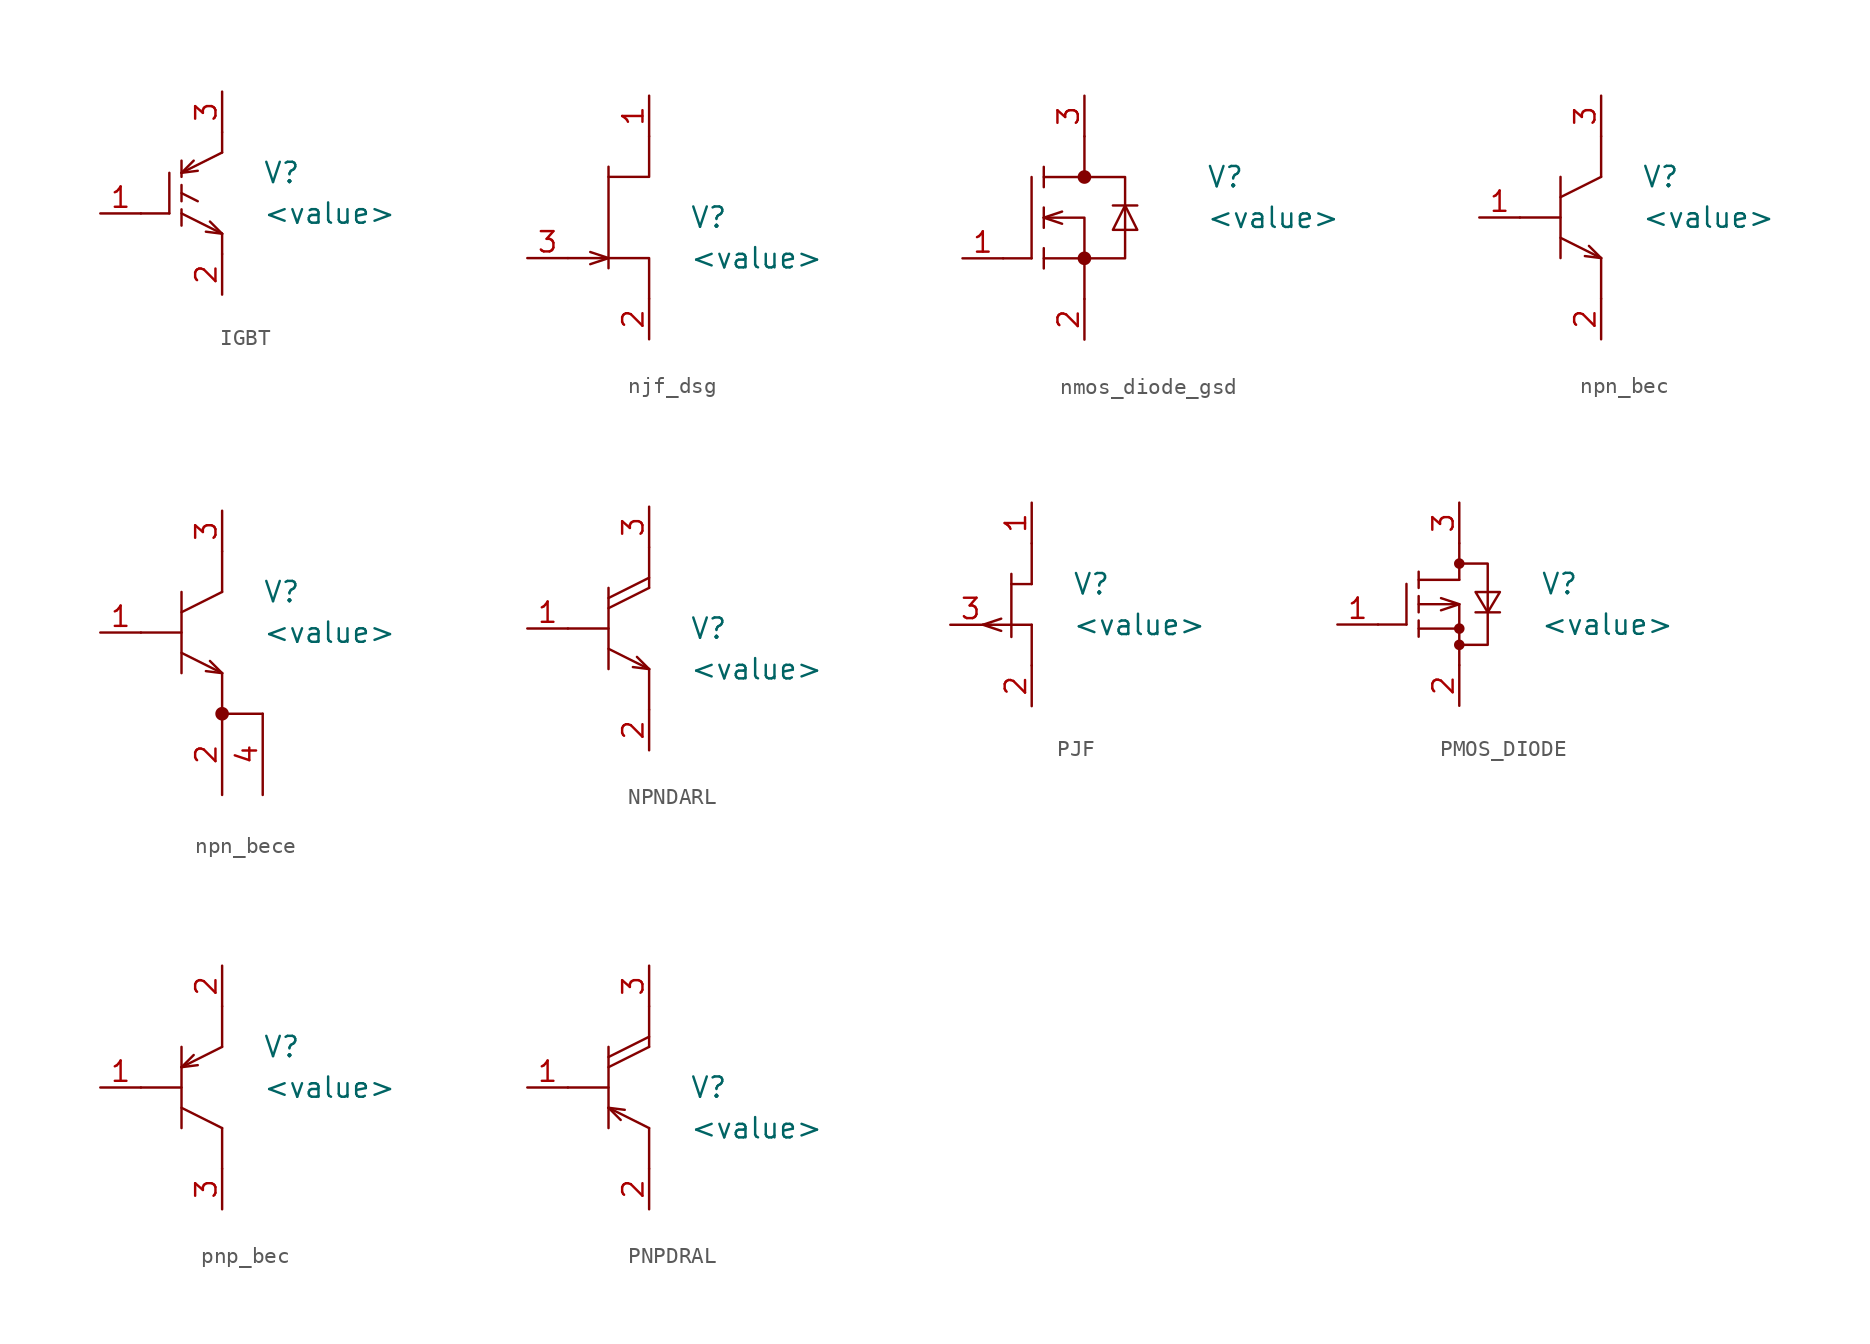
<source format=kicad_sym>
(kicad_symbol_lib
  (version 20220914)
  (generator kicad_symbol_editor)
  (symbol "IGBT"
    (pin_names hide)
    (property "Reference" "V"
      (at 10.16 2.54 0)
      (effects (font (size 1.27 1.27)) (justify left)))
    (property "Value" "<value>"
      (at 10.16 0 0)
      (effects (font (size 1.27 1.27)) (justify left)))
    (symbol "IGBT_0_1"
      (polyline (pts (xy 4.318 0) (xy 2.54 0)) (stroke (width 0) (type default)) (fill (type none)))
      (polyline (pts (xy 4.318 0) (xy 4.318 2.54)) (stroke (width 0) (type default)) (fill (type none)))
      (polyline (pts (xy 5.08 0) (xy 7.62 -1.27)) (stroke (width 0) (type default)) (fill (type none)))
      (polyline (pts (xy 5.08 0.254) (xy 5.08 -0.762)) (stroke (width 0) (type default)) (fill (type none)))
      (polyline (pts (xy 5.08 1.27) (xy 6.096 0.762)) (stroke (width 0) (type default)) (fill (type none)))
      (polyline (pts (xy 5.08 1.778) (xy 5.08 0.762)) (stroke (width 0) (type default)) (fill (type none)))
      (polyline (pts (xy 5.08 2.54) (xy 5.842 3.302)) (stroke (width 0) (type default)) (fill (type none)))
      (polyline (pts (xy 5.08 2.54) (xy 6.096 2.667)) (stroke (width 0) (type default)) (fill (type none)))
      (polyline (pts (xy 5.08 2.54) (xy 7.62 3.81)) (stroke (width 0) (type default)) (fill (type none)))
      (polyline (pts (xy 5.08 3.302) (xy 5.08 2.286)) (stroke (width 0) (type default)) (fill (type none)))
      (polyline (pts (xy 7.62 -2.54) (xy 7.62 -1.27)) (stroke (width 0) (type default)) (fill (type none)))
      (polyline (pts (xy 7.62 -1.27) (xy 6.604 -1.143)) (stroke (width 0) (type default)) (fill (type none)))
      (polyline (pts (xy 7.62 -1.27) (xy 6.858 -0.508)) (stroke (width 0) (type default)) (fill (type none)))
      (polyline (pts (xy 7.62 5.08) (xy 7.62 3.81)) (stroke (width 0) (type default)) (fill (type none)))
      (pin input line (at 0 0 0) (length 2.54) (name "1" (effects (font (size 1.27 1.27)))) (number "1" (effects (font (size 1.27 1.27)))))
      (pin passive line (at 7.62 -5.08 90) (length 2.54) (name "2" (effects (font (size 1.27 1.27)))) (number "2" (effects (font (size 1.27 1.27)))))
      (pin passive line (at 7.62 7.62 270) (length 2.54) (name "3" (effects (font (size 1.27 1.27)))) (number "3" (effects (font (size 1.27 1.27)))))))
  (symbol "njf_dsg"
    (pin_names hide)
    (property "Reference" "V"
      (at 10.16 2.54 0)
      (effects (font (size 1.27 1.27)) (justify left)))
    (property "Value" "<value>"
      (at 10.16 0 0)
      (effects (font (size 1.27 1.27)) (justify left)))
    (symbol "njf_dsg_0_1"
      (polyline (pts (xy 2.54 0) (xy 5.08 0)) (stroke (width 0) (type default)) (fill (type none)))
      (polyline (pts (xy 5.08 -0.635) (xy 5.08 5.715)) (stroke (width 0) (type default)) (fill (type none)))
      (polyline (pts (xy 5.08 0) (xy 3.937 -0.381)) (stroke (width 0) (type default)) (fill (type none)))
      (polyline (pts (xy 5.08 0) (xy 3.937 0.381)) (stroke (width 0) (type default)) (fill (type none)))
      (polyline (pts (xy 7.62 -2.54) (xy 7.62 0) (xy 5.08 0)) (stroke (width 0) (type default)) (fill (type none)))
      (polyline (pts (xy 7.62 7.62) (xy 7.62 5.08) (xy 5.08 5.08)) (stroke (width 0) (type default)) (fill (type none)))
      (pin passive line (at 7.62 10.16 270) (length 2.54) (name "D" (effects (font (size 1.27 1.27)))) (number "1" (effects (font (size 1.27 1.27)))))
      (pin passive line (at 7.62 -5.08 90) (length 2.54) (name "S" (effects (font (size 1.27 1.27)))) (number "2" (effects (font (size 1.27 1.27)))))
      (pin input line (at 0 0 0) (length 2.54) (name "G" (effects (font (size 1.27 1.27)))) (number "3" (effects (font (size 1.27 1.27)))))))
  (symbol "nmos_diode_gsd"
    (pin_names hide)
    (property "Reference" "V"
      (at 15.24 5.08 0)
      (effects (font (size 1.27 1.27)) (justify left)))
    (property "Value" "<value>"
      (at 15.24 2.54 0)
      (effects (font (size 1.27 1.27)) (justify left)))
    (symbol "nmos_diode_gsd_0_1"
      (polyline (pts (xy 4.318 0) (xy 2.54 0)) (stroke (width 0) (type default)) (fill (type none)))
      (polyline (pts (xy 4.318 0) (xy 4.318 5.08)) (stroke (width 0) (type default)) (fill (type none)))
      (polyline (pts (xy 5.08 0) (xy 7.62 0)) (stroke (width 0) (type default)) (fill (type none)))
      (polyline (pts (xy 5.08 0.635) (xy 5.08 -0.635)) (stroke (width 0) (type default)) (fill (type none)))
      (polyline (pts (xy 5.08 2.54) (xy 6.223 2.159)) (stroke (width 0) (type default)) (fill (type none)))
      (polyline (pts (xy 5.08 2.54) (xy 6.223 2.921)) (stroke (width 0) (type default)) (fill (type none)))
      (polyline (pts (xy 5.08 3.175) (xy 5.08 1.905)) (stroke (width 0) (type default)) (fill (type none)))
      (polyline (pts (xy 5.08 5.715) (xy 5.08 4.445)) (stroke (width 0) (type default)) (fill (type none)))
      (polyline (pts (xy 9.398 3.302) (xy 10.922 3.302)) (stroke (width 0) (type default)) (fill (type none)))
      (polyline (pts (xy 5.08 5.08) (xy 7.62 5.08) (xy 7.62 7.62)) (stroke (width 0) (type default)) (fill (type none)))
      (polyline (pts (xy 7.62 -2.54) (xy 7.62 2.54) (xy 5.08 2.54)) (stroke (width 0) (type default)) (fill (type none)))
      (polyline (pts (xy 7.62 0) (xy 10.16 0) (xy 10.16 5.08) (xy 7.62 5.08)) (stroke (width 0) (type default)) (fill (type none)))
      (polyline (pts (xy 10.16 3.302) (xy 9.398 1.778) (xy 10.922 1.778) (xy 10.16 3.302)) (stroke (width 0) (type default)) (fill (type none)))
      (circle (center 7.62 0) (radius 0.35) (stroke (width 0) (type default)) (fill (type outline)))
      (circle (center 7.62 5.08) (radius 0.35) (stroke (width 0) (type default)) (fill (type outline)))
      (pin passive line (at 7.62 -5.08 90) (length 2.54) (name "2" (effects (font (size 1.27 1.27)))) (number "2" (effects (font (size 1.27 1.27)))))
      (pin passive line (at 7.62 10.16 270) (length 2.54) (name "3" (effects (font (size 1.27 1.27)))) (number "3" (effects (font (size 1.27 1.27))))))
    (symbol "nmos_diode_gsd_1_1"
      (pin input line (at 0 0 0) (length 2.54) (name "1" (effects (font (size 1.27 1.27)))) (number "1" (effects (font (size 1.27 1.27)))))))
  (symbol "npn_bec"
    (pin_names hide)
    (property "Reference" "V"
      (at 10.16 2.54 0)
      (effects (font (size 1.27 1.27)) (justify left)))
    (property "Value" "<value>"
      (at 10.16 0 0)
      (effects (font (size 1.27 1.27)) (justify left)))
    (symbol "npn_bec_0_1"
      (polyline (pts (xy 2.54 0) (xy 5.08 0)) (stroke (width 0) (type default)) (fill (type none)))
      (polyline (pts (xy 5.08 -2.54) (xy 5.08 2.54)) (stroke (width 0) (type default)) (fill (type none)))
      (polyline (pts (xy 5.08 -1.27) (xy 7.62 -2.54)) (stroke (width 0) (type default)) (fill (type none)))
      (polyline (pts (xy 5.08 1.27) (xy 7.62 2.54)) (stroke (width 0) (type default)) (fill (type none)))
      (polyline (pts (xy 7.62 -5.08) (xy 7.62 -2.54)) (stroke (width 0) (type default)) (fill (type none)))
      (polyline (pts (xy 7.62 -2.54) (xy 6.604 -2.413)) (stroke (width 0) (type default)) (fill (type none)))
      (polyline (pts (xy 7.62 -2.54) (xy 6.858 -1.778)) (stroke (width 0) (type default)) (fill (type none)))
      (polyline (pts (xy 7.62 5.08) (xy 7.62 2.54)) (stroke (width 0) (type default)) (fill (type none)))
      (pin input line (at 0 0 0) (length 2.54) (name "1" (effects (font (size 1.27 1.27)))) (number "1" (effects (font (size 1.27 1.27)))))
      (pin passive line (at 7.62 -7.62 90) (length 2.54) (name "2" (effects (font (size 1.27 1.27)))) (number "2" (effects (font (size 1.27 1.27)))))
      (pin passive line (at 7.62 7.62 270) (length 2.54) (name "3" (effects (font (size 1.27 1.27)))) (number "3" (effects (font (size 1.27 1.27)))))))
  (symbol "npn_bece"
    (pin_names hide)
    (property "Reference" "V"
      (at 10.16 2.54 0)
      (effects (font (size 1.27 1.27)) (justify left)))
    (property "Value" "<value>"
      (at 10.16 0 0)
      (effects (font (size 1.27 1.27)) (justify left)))
    (symbol "npn_bece_0_1"
      (polyline (pts (xy 2.54 0) (xy 5.08 0)) (stroke (width 0) (type default)) (fill (type none)))
      (polyline (pts (xy 5.08 -2.54) (xy 5.08 2.54)) (stroke (width 0) (type default)) (fill (type none)))
      (polyline (pts (xy 5.08 -1.27) (xy 7.62 -2.54)) (stroke (width 0) (type default)) (fill (type none)))
      (polyline (pts (xy 5.08 1.27) (xy 7.62 2.54)) (stroke (width 0) (type default)) (fill (type none)))
      (polyline (pts (xy 7.62 -5.08) (xy 7.62 -2.54)) (stroke (width 0) (type default)) (fill (type none)))
      (polyline (pts (xy 7.62 -2.54) (xy 6.604 -2.413)) (stroke (width 0) (type default)) (fill (type none)))
      (polyline (pts (xy 7.62 -2.54) (xy 6.858 -1.778)) (stroke (width 0) (type default)) (fill (type none)))
      (polyline (pts (xy 7.62 5.08) (xy 7.62 2.54)) (stroke (width 0) (type default)) (fill (type none)))
      (polyline (pts (xy 10.16 -5.08) (xy 7.62 -5.08)) (stroke (width 0) (type default)) (fill (type none)))
      (circle (center 7.62 -5.08) (radius 0.35) (stroke (width 0) (type default)) (fill (type outline)))
      (pin input line (at 0 0 0) (length 2.54) (name "1" (effects (font (size 1.27 1.27)))) (number "1" (effects (font (size 1.27 1.27)))))
      (pin passive line (at 7.62 7.62 270) (length 2.54) (name "3" (effects (font (size 1.27 1.27)))) (number "3" (effects (font (size 1.27 1.27))))))
    (symbol "npn_bece_1_1"
      (pin passive line (at 7.62 -10.16 90) (length 5.08) (name "2" (effects (font (size 1.27 1.27)))) (number "2" (effects (font (size 1.27 1.27)))))
      (pin passive line (at 10.16 -10.16 90) (length 5.08) (name "4" (effects (font (size 1.27 1.27)))) (number "4" (effects (font (size 1.27 1.27)))))))
  (symbol "NPNDARL"
    (pin_names hide)
    (property "Reference" "V"
      (at 10.16 0 0)
      (effects (font (size 1.27 1.27)) (justify left)))
    (property "Value" "<value>"
      (at 10.16 -2.54 0)
      (effects (font (size 1.27 1.27)) (justify left)))
    (symbol "NPNDARL_0_1"
      (polyline (pts (xy 2.54 0) (xy 5.08 0)) (stroke (width 0) (type default)) (fill (type none)))
      (polyline (pts (xy 5.08 -2.54) (xy 5.08 2.54)) (stroke (width 0) (type default)) (fill (type none)))
      (polyline (pts (xy 5.08 -1.27) (xy 7.62 -2.54)) (stroke (width 0) (type default)) (fill (type none)))
      (polyline (pts (xy 5.08 1.27) (xy 7.62 2.54)) (stroke (width 0) (type default)) (fill (type none)))
      (polyline (pts (xy 5.08 1.905) (xy 7.62 3.175)) (stroke (width 0) (type default)) (fill (type none)))
      (polyline (pts (xy 7.62 -5.08) (xy 7.62 -2.54)) (stroke (width 0) (type default)) (fill (type none)))
      (polyline (pts (xy 7.62 -2.54) (xy 6.604 -2.413)) (stroke (width 0) (type default)) (fill (type none)))
      (polyline (pts (xy 7.62 -2.54) (xy 6.858 -1.778)) (stroke (width 0) (type default)) (fill (type none)))
      (polyline (pts (xy 7.62 5.08) (xy 7.62 2.54)) (stroke (width 0) (type default)) (fill (type none)))
      (pin input line (at 0 0 0) (length 2.54) (name "1" (effects (font (size 1.27 1.27)))) (number "1" (effects (font (size 1.27 1.27)))))
      (pin passive line (at 7.62 -7.62 90) (length 2.54) (name "2" (effects (font (size 1.27 1.27)))) (number "2" (effects (font (size 1.27 1.27)))))
      (pin passive line (at 7.62 7.62 270) (length 2.54) (name "3" (effects (font (size 1.27 1.27)))) (number "3" (effects (font (size 1.27 1.27)))))))
  (symbol "PJF"
    (pin_names hide)
    (property "Reference" "V"
      (at 7.62 2.54 0)
      (effects (font (size 1.27 1.27)) (justify left)))
    (property "Value" "<value>"
      (at 7.62 0 0)
      (effects (font (size 1.27 1.27)) (justify left)))
    (symbol "PJF_0_1"
      (polyline (pts (xy 2.032 0) (xy 3.175 -0.381)) (stroke (width 0) (type default)) (fill (type none)))
      (polyline (pts (xy 2.032 0) (xy 3.175 0.381)) (stroke (width 0) (type default)) (fill (type none)))
      (polyline (pts (xy 2.54 0) (xy 3.81 0)) (stroke (width 0) (type default)) (fill (type none)))
      (polyline (pts (xy 3.81 -0.762) (xy 3.81 3.175)) (stroke (width 0) (type default)) (fill (type none)))
      (polyline (pts (xy 3.81 0) (xy 5.08 0)) (stroke (width 0) (type default)) (fill (type none)))
      (polyline (pts (xy 3.81 2.54) (xy 5.08 2.54)) (stroke (width 0) (type default)) (fill (type none)))
      (polyline (pts (xy 5.08 -2.54) (xy 5.08 0)) (stroke (width 0) (type default)) (fill (type none)))
      (polyline (pts (xy 5.08 5.08) (xy 5.08 2.54)) (stroke (width 0) (type default)) (fill (type none)))
      (pin passive line (at 5.08 7.62 270) (length 2.54) (name "1" (effects (font (size 1.27 1.27)))) (number "1" (effects (font (size 1.27 1.27)))))
      (pin passive line (at 5.08 -5.08 90) (length 2.54) (name "2" (effects (font (size 1.27 1.27)))) (number "2" (effects (font (size 1.27 1.27)))))
      (pin input line (at 0 0 0) (length 2.54) (name "3" (effects (font (size 1.27 1.27)))) (number "3" (effects (font (size 1.27 1.27)))))))
  (symbol "PMOS_DIODE"
    (pin_names hide)
    (property "Reference" "V"
      (at 12.7 2.54 0)
      (effects (font (size 1.27 1.27)) (justify left)))
    (property "Value" "<value>"
      (at 12.7 0 0)
      (effects (font (size 1.27 1.27)) (justify left)))
    (symbol "PMOS_DIODE_0_1"
      (polyline (pts (xy 4.318 0) (xy 2.54 0)) (stroke (width 0) (type default)) (fill (type none)))
      (polyline (pts (xy 4.318 0) (xy 4.318 2.54)) (stroke (width 0) (type default)) (fill (type none)))
      (polyline (pts (xy 5.08 -0.254) (xy 7.62 -0.254)) (stroke (width 0) (type default)) (fill (type none)))
      (polyline (pts (xy 5.08 0.254) (xy 5.08 -0.762)) (stroke (width 0) (type default)) (fill (type none)))
      (polyline (pts (xy 5.08 1.778) (xy 5.08 0.762)) (stroke (width 0) (type default)) (fill (type none)))
      (polyline (pts (xy 5.08 2.794) (xy 7.62 2.794)) (stroke (width 0) (type default)) (fill (type none)))
      (polyline (pts (xy 5.08 3.302) (xy 5.08 2.286)) (stroke (width 0) (type default)) (fill (type none)))
      (polyline (pts (xy 7.62 -2.54) (xy 7.62 -0.254)) (stroke (width 0) (type default)) (fill (type none)))
      (polyline (pts (xy 7.62 1.27) (xy 6.477 0.889)) (stroke (width 0) (type default)) (fill (type none)))
      (polyline (pts (xy 7.62 1.27) (xy 6.477 1.651)) (stroke (width 0) (type default)) (fill (type none)))
      (polyline (pts (xy 7.62 5.08) (xy 7.62 2.794)) (stroke (width 0) (type default)) (fill (type none)))
      (polyline (pts (xy 8.636 0.762) (xy 10.16 0.762)) (stroke (width 0) (type default)) (fill (type none)))
      (polyline (pts (xy 7.62 -0.254) (xy 7.62 1.27) (xy 5.08 1.27)) (stroke (width 0) (type default)) (fill (type none)))
      (polyline (pts (xy 7.62 -1.27) (xy 9.398 -1.27) (xy 9.398 3.81) (xy 7.62 3.81)) (stroke (width 0) (type default)) (fill (type none)))
      (polyline (pts (xy 8.636 2.032) (xy 10.16 2.032) (xy 9.398 0.762) (xy 8.636 2.032)) (stroke (width 0) (type default)) (fill (type none)))
      (circle (center 7.62 -1.27) (radius 0.254) (stroke (width 0) (type default)) (fill (type outline)))
      (circle (center 7.62 -0.254) (radius 0.254) (stroke (width 0) (type default)) (fill (type outline)))
      (circle (center 7.62 3.81) (radius 0.254) (stroke (width 0) (type default)) (fill (type outline)))
      (pin input line (at 0 0 0) (length 2.54) (name "1" (effects (font (size 1.27 1.27)))) (number "1" (effects (font (size 1.27 1.27)))))
      (pin passive line (at 7.62 -5.08 90) (length 2.54) (name "2" (effects (font (size 1.27 1.27)))) (number "2" (effects (font (size 1.27 1.27)))))
      (pin passive line (at 7.62 7.62 270) (length 2.54) (name "3" (effects (font (size 1.27 1.27)))) (number "3" (effects (font (size 1.27 1.27)))))))
  (symbol "pnp_bec"
    (pin_names hide)
    (property "Reference" "V"
      (at 10.16 2.54 0)
      (effects (font (size 1.27 1.27)) (justify left)))
    (property "Value" "<value>"
      (at 10.16 0 0)
      (effects (font (size 1.27 1.27)) (justify left)))
    (symbol "pnp_bec_0_1"
      (polyline (pts (xy 2.54 0) (xy 5.08 0)) (stroke (width 0) (type default)) (fill (type none)))
      (polyline (pts (xy 5.08 -2.54) (xy 5.08 2.54)) (stroke (width 0) (type default)) (fill (type none)))
      (polyline (pts (xy 5.08 -1.27) (xy 7.62 -2.54)) (stroke (width 0) (type default)) (fill (type none)))
      (polyline (pts (xy 5.08 1.27) (xy 6.096 1.397)) (stroke (width 0) (type default)) (fill (type none)))
      (polyline (pts (xy 5.08 1.27) (xy 7.62 2.54)) (stroke (width 0) (type default)) (fill (type none)))
      (polyline (pts (xy 5.842 2.032) (xy 5.08 1.27)) (stroke (width 0) (type default)) (fill (type none)))
      (polyline (pts (xy 7.62 -5.08) (xy 7.62 -2.54)) (stroke (width 0) (type default)) (fill (type none)))
      (polyline (pts (xy 7.62 5.08) (xy 7.62 2.54)) (stroke (width 0) (type default)) (fill (type none)))
      (pin input line (at 0 0 0) (length 2.54) (name "B" (effects (font (size 1.27 1.27)))) (number "1" (effects (font (size 1.27 1.27)))))
      (pin passive line (at 7.62 7.62 270) (length 2.54) (name "E" (effects (font (size 1.27 1.27)))) (number "2" (effects (font (size 1.27 1.27)))))
      (pin passive line (at 7.62 -7.62 90) (length 2.54) (name "C" (effects (font (size 1.27 1.27)))) (number "3" (effects (font (size 1.27 1.27)))))))
  (symbol "PNPDRAL"
    (pin_names hide)
    (property "Reference" "V"
      (at 10.16 0 0)
      (effects (font (size 1.27 1.27)) (justify left)))
    (property "Value" "<value>"
      (at 10.16 -2.54 0)
      (effects (font (size 1.27 1.27)) (justify left)))
    (symbol "PNPDRAL_0_1"
      (polyline (pts (xy 2.54 0) (xy 5.08 0)) (stroke (width 0) (type default)) (fill (type none)))
      (polyline (pts (xy 5.08 -2.54) (xy 5.08 2.54)) (stroke (width 0) (type default)) (fill (type none)))
      (polyline (pts (xy 5.08 -1.27) (xy 6.096 -1.397)) (stroke (width 0) (type default)) (fill (type none)))
      (polyline (pts (xy 5.08 -1.27) (xy 7.62 -2.54)) (stroke (width 0) (type default)) (fill (type none)))
      (polyline (pts (xy 5.08 1.27) (xy 7.62 2.54)) (stroke (width 0) (type default)) (fill (type none)))
      (polyline (pts (xy 5.08 1.905) (xy 7.62 3.175)) (stroke (width 0) (type default)) (fill (type none)))
      (polyline (pts (xy 5.842 -2.032) (xy 5.08 -1.27)) (stroke (width 0) (type default)) (fill (type none)))
      (polyline (pts (xy 7.62 -5.08) (xy 7.62 -2.54)) (stroke (width 0) (type default)) (fill (type none)))
      (polyline (pts (xy 7.62 5.08) (xy 7.62 2.54)) (stroke (width 0) (type default)) (fill (type none)))
      (pin input line (at 0 0 0) (length 2.54) (name "1" (effects (font (size 1.27 1.27)))) (number "1" (effects (font (size 1.27 1.27)))))
      (pin passive line (at 7.62 -7.62 90) (length 2.54) (name "2" (effects (font (size 1.27 1.27)))) (number "2" (effects (font (size 1.27 1.27)))))
      (pin passive line (at 7.62 7.62 270) (length 2.54) (name "3" (effects (font (size 1.27 1.27)))) (number "3" (effects (font (size 1.27 1.27))))))))
</source>
